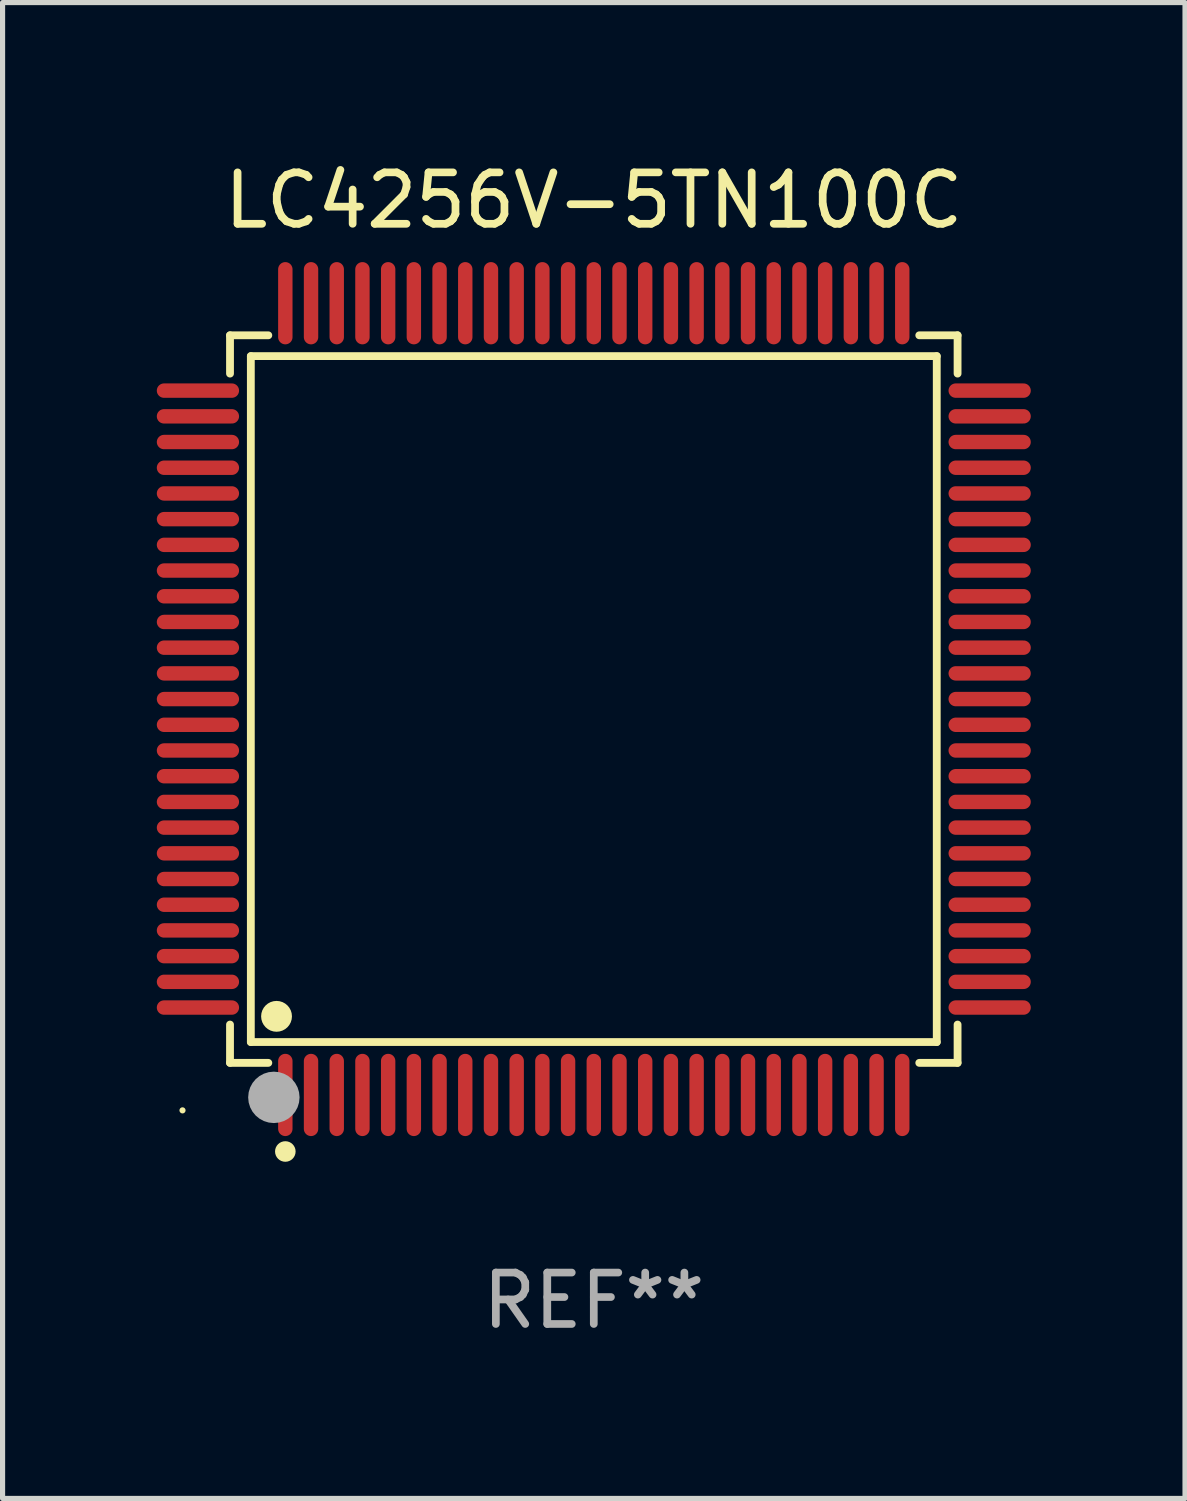
<source format=kicad_pcb>
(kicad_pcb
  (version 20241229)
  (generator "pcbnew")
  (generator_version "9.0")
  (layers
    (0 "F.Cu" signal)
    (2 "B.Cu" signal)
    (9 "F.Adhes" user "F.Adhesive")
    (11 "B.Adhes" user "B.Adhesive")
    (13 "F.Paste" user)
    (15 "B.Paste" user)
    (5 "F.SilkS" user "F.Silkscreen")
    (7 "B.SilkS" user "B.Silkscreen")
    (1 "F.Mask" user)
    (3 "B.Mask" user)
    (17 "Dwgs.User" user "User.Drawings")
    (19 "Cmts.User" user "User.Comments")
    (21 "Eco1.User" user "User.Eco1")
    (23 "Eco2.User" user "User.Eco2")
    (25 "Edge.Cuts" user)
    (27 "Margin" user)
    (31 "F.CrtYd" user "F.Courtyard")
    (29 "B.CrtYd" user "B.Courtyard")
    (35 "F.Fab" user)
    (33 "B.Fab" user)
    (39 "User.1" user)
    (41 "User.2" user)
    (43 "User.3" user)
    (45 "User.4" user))
  (footprint "LC4256V-5TN100C"
    (layer "F.Cu")
    (at 8.5 10.548)
    (property "Reference" "LC4256V-5TN100C" (at 0 -9.7 0) (layer "F.SilkS") (effects (font (size 1 1) (thickness 0.15))))
    (attr through_hole)
    (fp_line (start -7.076 -7.076) (end -6.331 -7.076) (stroke (width 0.152) (type solid)) (layer "F.SilkS"))
    (fp_line (start -7.076 -6.331) (end -7.076 -7.076) (stroke (width 0.152) (type solid)) (layer "F.SilkS"))
    (fp_line (start -7.076 6.331) (end -7.076 7.076) (stroke (width 0.152) (type solid)) (layer "F.SilkS"))
    (fp_line (start -7.076 7.076) (end -6.331 7.076) (stroke (width 0.152) (type solid)) (layer "F.SilkS"))
    (fp_line (start -6.671 -6.671) (end 6.671 -6.671) (stroke (width 0.152) (type solid)) (layer "F.SilkS"))
    (fp_line (start -6.671 6.671) (end -6.671 -6.671) (stroke (width 0.152) (type solid)) (layer "F.SilkS"))
    (fp_line (start 6.671 -6.671) (end 6.671 6.671) (stroke (width 0.152) (type solid)) (layer "F.SilkS"))
    (fp_line (start 6.671 6.671) (end -6.671 6.671) (stroke (width 0.152) (type solid)) (layer "F.SilkS"))
    (fp_line (start 7.076 -7.076) (end 6.331 -7.076) (stroke (width 0.152) (type solid)) (layer "F.SilkS"))
    (fp_line (start 7.076 -6.331) (end 7.076 -7.076) (stroke (width 0.152) (type solid)) (layer "F.SilkS"))
    (fp_line (start 7.076 6.331) (end 7.076 7.076) (stroke (width 0.152) (type solid)) (layer "F.SilkS"))
    (fp_line (start 7.076 7.076) (end 6.331 7.076) (stroke (width 0.152) (type solid)) (layer "F.SilkS"))
    (fp_circle (center -8 8) (end -7.97 8) (stroke (width 0.06) (type solid)) (fill no) (layer "F.SilkS"))
    (fp_circle (center -6.171 6.171) (end -6.021 6.171) (stroke (width 0.3) (type solid)) (fill no) (layer "F.SilkS"))
    (fp_circle (center -6 8.8) (end -5.9 8.8) (stroke (width 0.2) (type solid)) (fill no) (layer "F.SilkS"))
    (fp_circle (center -6.223 7.747) (end -5.973 7.747) (stroke (width 0.5) (type solid)) (fill no) (layer "F.Fab"))
    (fp_text user "REF**" (at 0 11.7 0) (layer "F.Fab") (effects (font (size 1 1) (thickness 0.15))))
    (pad "1" smd oval (at -6 7.7) (size 0.28 1.6) (layers "F.Cu" "F.Mask" "F.Paste"))
    (pad "2" smd oval (at -5.5 7.7) (size 0.28 1.6) (layers "F.Cu" "F.Mask" "F.Paste"))
    (pad "3" smd oval (at -5 7.7) (size 0.28 1.6) (layers "F.Cu" "F.Mask" "F.Paste"))
    (pad "4" smd oval (at -4.5 7.7) (size 0.28 1.6) (layers "F.Cu" "F.Mask" "F.Paste"))
    (pad "5" smd oval (at -4 7.7) (size 0.28 1.6) (layers "F.Cu" "F.Mask" "F.Paste"))
    (pad "6" smd oval (at -3.5 7.7) (size 0.28 1.6) (layers "F.Cu" "F.Mask" "F.Paste"))
    (pad "7" smd oval (at -3 7.7) (size 0.28 1.6) (layers "F.Cu" "F.Mask" "F.Paste"))
    (pad "8" smd oval (at -2.5 7.7) (size 0.28 1.6) (layers "F.Cu" "F.Mask" "F.Paste"))
    (pad "9" smd oval (at -2 7.7) (size 0.28 1.6) (layers "F.Cu" "F.Mask" "F.Paste"))
    (pad "10" smd oval (at -1.5 7.7) (size 0.28 1.6) (layers "F.Cu" "F.Mask" "F.Paste"))
    (pad "11" smd oval (at -1 7.7) (size 0.28 1.6) (layers "F.Cu" "F.Mask" "F.Paste"))
    (pad "12" smd oval (at -0.5 7.7) (size 0.28 1.6) (layers "F.Cu" "F.Mask" "F.Paste"))
    (pad "13" smd oval (at 0 7.7) (size 0.28 1.6) (layers "F.Cu" "F.Mask" "F.Paste"))
    (pad "14" smd oval (at 0.5 7.7) (size 0.28 1.6) (layers "F.Cu" "F.Mask" "F.Paste"))
    (pad "15" smd oval (at 1 7.7) (size 0.28 1.6) (layers "F.Cu" "F.Mask" "F.Paste"))
    (pad "16" smd oval (at 1.5 7.7) (size 0.28 1.6) (layers "F.Cu" "F.Mask" "F.Paste"))
    (pad "17" smd oval (at 2 7.7) (size 0.28 1.6) (layers "F.Cu" "F.Mask" "F.Paste"))
    (pad "18" smd oval (at 2.5 7.7) (size 0.28 1.6) (layers "F.Cu" "F.Mask" "F.Paste"))
    (pad "19" smd oval (at 3 7.7) (size 0.28 1.6) (layers "F.Cu" "F.Mask" "F.Paste"))
    (pad "20" smd oval (at 3.5 7.7) (size 0.28 1.6) (layers "F.Cu" "F.Mask" "F.Paste"))
    (pad "21" smd oval (at 4 7.7) (size 0.28 1.6) (layers "F.Cu" "F.Mask" "F.Paste"))
    (pad "22" smd oval (at 4.5 7.7) (size 0.28 1.6) (layers "F.Cu" "F.Mask" "F.Paste"))
    (pad "23" smd oval (at 5 7.7) (size 0.28 1.6) (layers "F.Cu" "F.Mask" "F.Paste"))
    (pad "24" smd oval (at 5.5 7.7) (size 0.28 1.6) (layers "F.Cu" "F.Mask" "F.Paste"))
    (pad "25" smd oval (at 6 7.7) (size 0.28 1.6) (layers "F.Cu" "F.Mask" "F.Paste"))
    (pad "26" smd oval (at 7.7 6) (size 1.6 0.28) (layers "F.Cu" "F.Mask" "F.Paste"))
    (pad "27" smd oval (at 7.7 5.5) (size 1.6 0.28) (layers "F.Cu" "F.Mask" "F.Paste"))
    (pad "28" smd oval (at 7.7 5) (size 1.6 0.28) (layers "F.Cu" "F.Mask" "F.Paste"))
    (pad "29" smd oval (at 7.7 4.5) (size 1.6 0.28) (layers "F.Cu" "F.Mask" "F.Paste"))
    (pad "30" smd oval (at 7.7 4) (size 1.6 0.28) (layers "F.Cu" "F.Mask" "F.Paste"))
    (pad "31" smd oval (at 7.7 3.5) (size 1.6 0.28) (layers "F.Cu" "F.Mask" "F.Paste"))
    (pad "32" smd oval (at 7.7 3) (size 1.6 0.28) (layers "F.Cu" "F.Mask" "F.Paste"))
    (pad "33" smd oval (at 7.7 2.5) (size 1.6 0.28) (layers "F.Cu" "F.Mask" "F.Paste"))
    (pad "34" smd oval (at 7.7 2) (size 1.6 0.28) (layers "F.Cu" "F.Mask" "F.Paste"))
    (pad "35" smd oval (at 7.7 1.5) (size 1.6 0.28) (layers "F.Cu" "F.Mask" "F.Paste"))
    (pad "36" smd oval (at 7.7 1) (size 1.6 0.28) (layers "F.Cu" "F.Mask" "F.Paste"))
    (pad "37" smd oval (at 7.7 0.5) (size 1.6 0.28) (layers "F.Cu" "F.Mask" "F.Paste"))
    (pad "38" smd oval (at 7.7 0) (size 1.6 0.28) (layers "F.Cu" "F.Mask" "F.Paste"))
    (pad "39" smd oval (at 7.7 -0.5) (size 1.6 0.28) (layers "F.Cu" "F.Mask" "F.Paste"))
    (pad "40" smd oval (at 7.7 -1) (size 1.6 0.28) (layers "F.Cu" "F.Mask" "F.Paste"))
    (pad "41" smd oval (at 7.7 -1.5) (size 1.6 0.28) (layers "F.Cu" "F.Mask" "F.Paste"))
    (pad "42" smd oval (at 7.7 -2) (size 1.6 0.28) (layers "F.Cu" "F.Mask" "F.Paste"))
    (pad "43" smd oval (at 7.7 -2.5) (size 1.6 0.28) (layers "F.Cu" "F.Mask" "F.Paste"))
    (pad "44" smd oval (at 7.7 -3) (size 1.6 0.28) (layers "F.Cu" "F.Mask" "F.Paste"))
    (pad "45" smd oval (at 7.7 -3.5) (size 1.6 0.28) (layers "F.Cu" "F.Mask" "F.Paste"))
    (pad "46" smd oval (at 7.7 -4) (size 1.6 0.28) (layers "F.Cu" "F.Mask" "F.Paste"))
    (pad "47" smd oval (at 7.7 -4.5) (size 1.6 0.28) (layers "F.Cu" "F.Mask" "F.Paste"))
    (pad "48" smd oval (at 7.7 -5) (size 1.6 0.28) (layers "F.Cu" "F.Mask" "F.Paste"))
    (pad "49" smd oval (at 7.7 -5.5) (size 1.6 0.28) (layers "F.Cu" "F.Mask" "F.Paste"))
    (pad "50" smd oval (at 7.7 -6) (size 1.6 0.28) (layers "F.Cu" "F.Mask" "F.Paste"))
    (pad "51" smd oval (at 6 -7.7) (size 0.28 1.6) (layers "F.Cu" "F.Mask" "F.Paste"))
    (pad "52" smd oval (at 5.5 -7.7) (size 0.28 1.6) (layers "F.Cu" "F.Mask" "F.Paste"))
    (pad "53" smd oval (at 5 -7.7) (size 0.28 1.6) (layers "F.Cu" "F.Mask" "F.Paste"))
    (pad "54" smd oval (at 4.5 -7.7) (size 0.28 1.6) (layers "F.Cu" "F.Mask" "F.Paste"))
    (pad "55" smd oval (at 4 -7.7) (size 0.28 1.6) (layers "F.Cu" "F.Mask" "F.Paste"))
    (pad "56" smd oval (at 3.5 -7.7) (size 0.28 1.6) (layers "F.Cu" "F.Mask" "F.Paste"))
    (pad "57" smd oval (at 3 -7.7) (size 0.28 1.6) (layers "F.Cu" "F.Mask" "F.Paste"))
    (pad "58" smd oval (at 2.5 -7.7) (size 0.28 1.6) (layers "F.Cu" "F.Mask" "F.Paste"))
    (pad "59" smd oval (at 2 -7.7) (size 0.28 1.6) (layers "F.Cu" "F.Mask" "F.Paste"))
    (pad "60" smd oval (at 1.5 -7.7) (size 0.28 1.6) (layers "F.Cu" "F.Mask" "F.Paste"))
    (pad "61" smd oval (at 1 -7.7) (size 0.28 1.6) (layers "F.Cu" "F.Mask" "F.Paste"))
    (pad "62" smd oval (at 0.5 -7.7) (size 0.28 1.6) (layers "F.Cu" "F.Mask" "F.Paste"))
    (pad "63" smd oval (at 0 -7.7) (size 0.28 1.6) (layers "F.Cu" "F.Mask" "F.Paste"))
    (pad "64" smd oval (at -0.5 -7.7) (size 0.28 1.6) (layers "F.Cu" "F.Mask" "F.Paste"))
    (pad "65" smd oval (at -1 -7.7) (size 0.28 1.6) (layers "F.Cu" "F.Mask" "F.Paste"))
    (pad "66" smd oval (at -1.5 -7.7) (size 0.28 1.6) (layers "F.Cu" "F.Mask" "F.Paste"))
    (pad "67" smd oval (at -2 -7.7) (size 0.28 1.6) (layers "F.Cu" "F.Mask" "F.Paste"))
    (pad "68" smd oval (at -2.5 -7.7) (size 0.28 1.6) (layers "F.Cu" "F.Mask" "F.Paste"))
    (pad "69" smd oval (at -3 -7.7) (size 0.28 1.6) (layers "F.Cu" "F.Mask" "F.Paste"))
    (pad "70" smd oval (at -3.5 -7.7) (size 0.28 1.6) (layers "F.Cu" "F.Mask" "F.Paste"))
    (pad "71" smd oval (at -4 -7.7) (size 0.28 1.6) (layers "F.Cu" "F.Mask" "F.Paste"))
    (pad "72" smd oval (at -4.5 -7.7) (size 0.28 1.6) (layers "F.Cu" "F.Mask" "F.Paste"))
    (pad "73" smd oval (at -5 -7.7) (size 0.28 1.6) (layers "F.Cu" "F.Mask" "F.Paste"))
    (pad "74" smd oval (at -5.5 -7.7) (size 0.28 1.6) (layers "F.Cu" "F.Mask" "F.Paste"))
    (pad "75" smd oval (at -6 -7.7) (size 0.28 1.6) (layers "F.Cu" "F.Mask" "F.Paste"))
    (pad "76" smd oval (at -7.7 -6) (size 1.6 0.28) (layers "F.Cu" "F.Mask" "F.Paste"))
    (pad "77" smd oval (at -7.7 -5.5) (size 1.6 0.28) (layers "F.Cu" "F.Mask" "F.Paste"))
    (pad "78" smd oval (at -7.7 -5) (size 1.6 0.28) (layers "F.Cu" "F.Mask" "F.Paste"))
    (pad "79" smd oval (at -7.7 -4.5) (size 1.6 0.28) (layers "F.Cu" "F.Mask" "F.Paste"))
    (pad "80" smd oval (at -7.7 -4) (size 1.6 0.28) (layers "F.Cu" "F.Mask" "F.Paste"))
    (pad "81" smd oval (at -7.7 -3.5) (size 1.6 0.28) (layers "F.Cu" "F.Mask" "F.Paste"))
    (pad "82" smd oval (at -7.7 -3) (size 1.6 0.28) (layers "F.Cu" "F.Mask" "F.Paste"))
    (pad "83" smd oval (at -7.7 -2.5) (size 1.6 0.28) (layers "F.Cu" "F.Mask" "F.Paste"))
    (pad "84" smd oval (at -7.7 -2) (size 1.6 0.28) (layers "F.Cu" "F.Mask" "F.Paste"))
    (pad "85" smd oval (at -7.7 -1.5) (size 1.6 0.28) (layers "F.Cu" "F.Mask" "F.Paste"))
    (pad "86" smd oval (at -7.7 -1) (size 1.6 0.28) (layers "F.Cu" "F.Mask" "F.Paste"))
    (pad "87" smd oval (at -7.7 -0.5) (size 1.6 0.28) (layers "F.Cu" "F.Mask" "F.Paste"))
    (pad "88" smd oval (at -7.7 0) (size 1.6 0.28) (layers "F.Cu" "F.Mask" "F.Paste"))
    (pad "89" smd oval (at -7.7 0.5) (size 1.6 0.28) (layers "F.Cu" "F.Mask" "F.Paste"))
    (pad "90" smd oval (at -7.7 1) (size 1.6 0.28) (layers "F.Cu" "F.Mask" "F.Paste"))
    (pad "91" smd oval (at -7.7 1.5) (size 1.6 0.28) (layers "F.Cu" "F.Mask" "F.Paste"))
    (pad "92" smd oval (at -7.7 2) (size 1.6 0.28) (layers "F.Cu" "F.Mask" "F.Paste"))
    (pad "93" smd oval (at -7.7 2.5) (size 1.6 0.28) (layers "F.Cu" "F.Mask" "F.Paste"))
    (pad "94" smd oval (at -7.7 3) (size 1.6 0.28) (layers "F.Cu" "F.Mask" "F.Paste"))
    (pad "95" smd oval (at -7.7 3.5) (size 1.6 0.28) (layers "F.Cu" "F.Mask" "F.Paste"))
    (pad "96" smd oval (at -7.7 4) (size 1.6 0.28) (layers "F.Cu" "F.Mask" "F.Paste"))
    (pad "97" smd oval (at -7.7 4.5) (size 1.6 0.28) (layers "F.Cu" "F.Mask" "F.Paste"))
    (pad "98" smd oval (at -7.7 5) (size 1.6 0.28) (layers "F.Cu" "F.Mask" "F.Paste"))
    (pad "99" smd oval (at -7.7 5.5) (size 1.6 0.28) (layers "F.Cu" "F.Mask" "F.Paste"))
    (pad "100" smd oval (at -7.7 6) (size 1.6 0.28) (layers "F.Cu" "F.Mask" "F.Paste")))
  (gr_rect
    (start -3 -3)
    (end 20 26.097)
    (stroke (width 0.1) (type default))
    (fill no)
    (layer "Edge.Cuts")))
</source>
